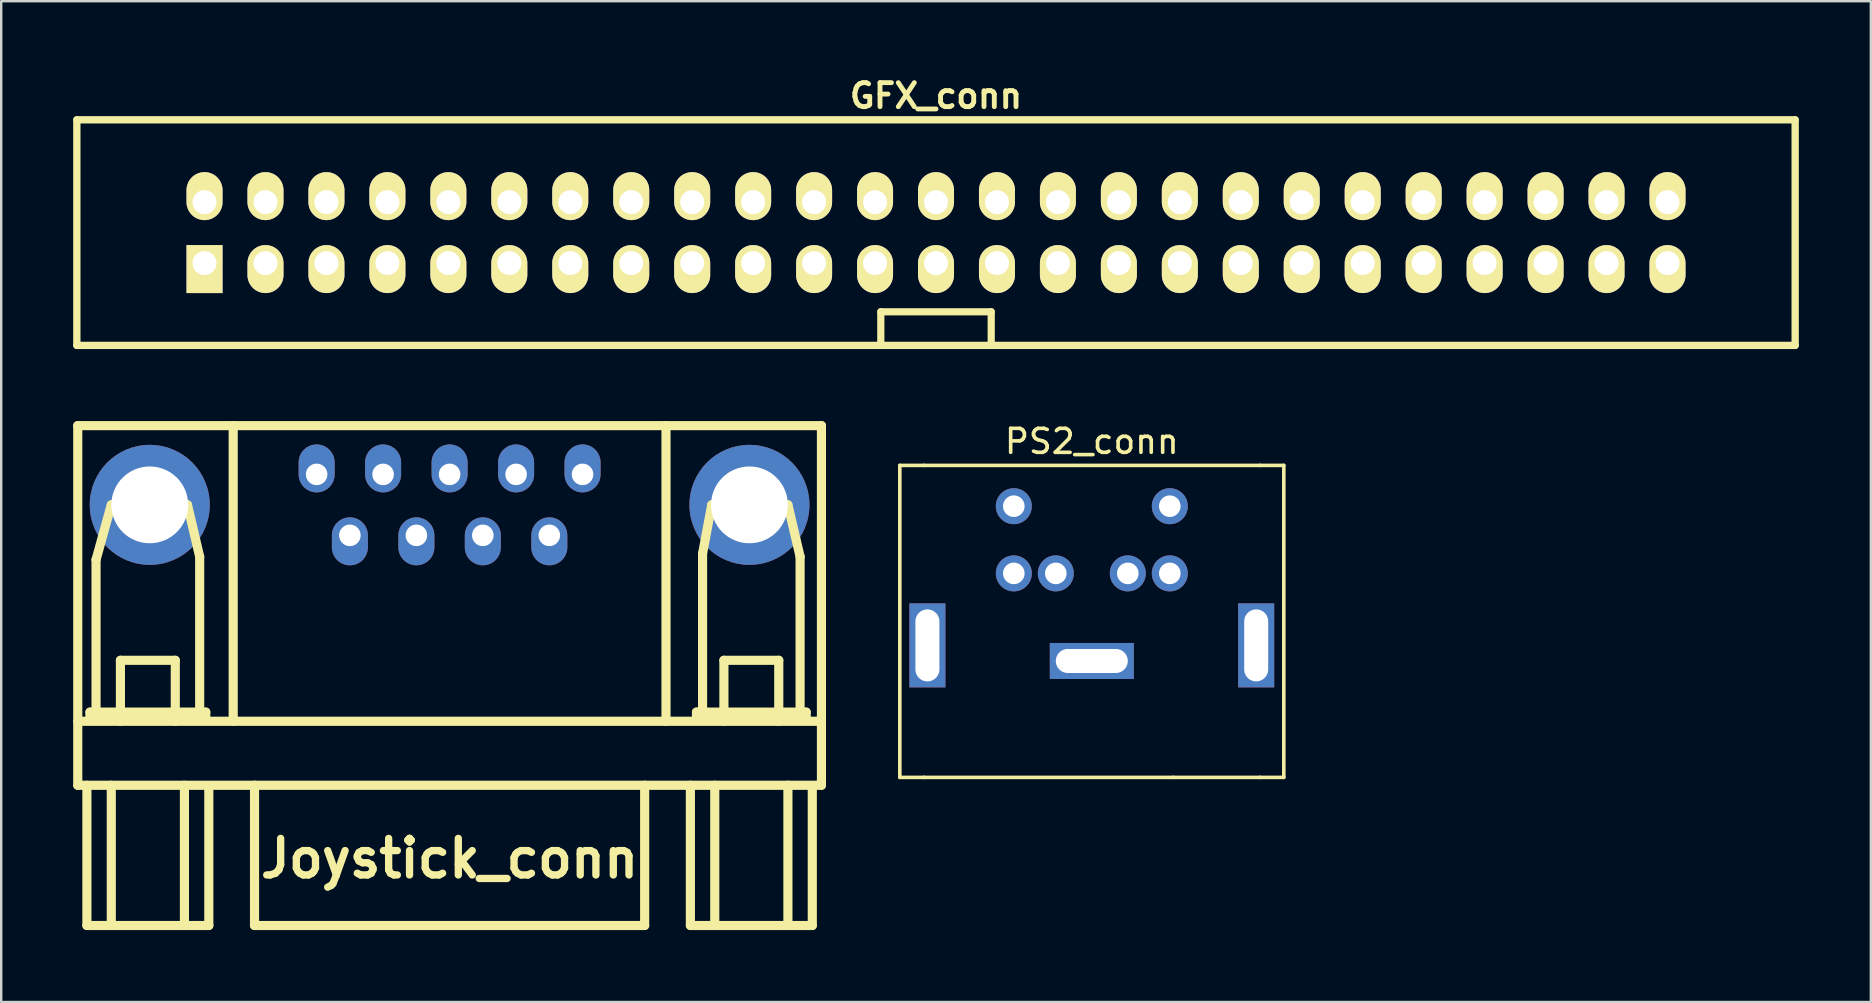
<source format=kicad_pcb>
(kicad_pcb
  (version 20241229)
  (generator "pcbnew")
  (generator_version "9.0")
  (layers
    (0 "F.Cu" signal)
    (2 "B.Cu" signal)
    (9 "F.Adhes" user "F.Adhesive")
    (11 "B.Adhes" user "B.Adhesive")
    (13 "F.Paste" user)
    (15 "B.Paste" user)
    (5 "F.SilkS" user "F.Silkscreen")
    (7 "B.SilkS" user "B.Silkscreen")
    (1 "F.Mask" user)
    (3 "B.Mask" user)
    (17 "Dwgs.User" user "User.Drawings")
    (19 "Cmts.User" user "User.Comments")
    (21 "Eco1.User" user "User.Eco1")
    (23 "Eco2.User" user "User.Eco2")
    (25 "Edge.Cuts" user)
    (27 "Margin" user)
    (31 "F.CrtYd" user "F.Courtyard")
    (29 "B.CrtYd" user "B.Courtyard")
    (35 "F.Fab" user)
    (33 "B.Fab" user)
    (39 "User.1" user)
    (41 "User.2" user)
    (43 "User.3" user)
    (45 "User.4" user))
  (footprint "Joystick_conn"
    (layer "F.Cu")
    (at 15.684 25.099)
    (property "Reference" "Joystick_conn" (at 0 7.62 0) (layer "F.SilkS") (effects (font (size 1.524 1.524) (thickness 0.305))))
    (attr through_hole)
    (fp_line (start -15.494 -10.414) (end -15.494 4.572) (stroke (width 0.381) (type solid)) (layer "F.SilkS"))
    (fp_line (start -15.494 1.905) (end 15.494 1.905) (stroke (width 0.381) (type solid)) (layer "F.SilkS"))
    (fp_line (start -15.494 4.572) (end 15.494 4.572) (stroke (width 0.381) (type solid)) (layer "F.SilkS"))
    (fp_line (start -15.113 4.572) (end -15.113 10.414) (stroke (width 0.381) (type solid)) (layer "F.SilkS"))
    (fp_line (start -15.113 10.414) (end -10.033 10.414) (stroke (width 0.381) (type solid)) (layer "F.SilkS"))
    (fp_line (start -14.986 1.524) (end -14.986 1.778) (stroke (width 0.381) (type solid)) (layer "F.SilkS"))
    (fp_line (start -14.986 1.778) (end -10.16 1.778) (stroke (width 0.381) (type solid)) (layer "F.SilkS"))
    (fp_line (start -14.732 -4.826) (end -14.097 -7.112) (stroke (width 0.381) (type solid)) (layer "F.SilkS"))
    (fp_line (start -14.732 1.524) (end -14.732 -4.826) (stroke (width 0.381) (type solid)) (layer "F.SilkS"))
    (fp_line (start -14.097 -7.112) (end -10.922 -7.112) (stroke (width 0.381) (type solid)) (layer "F.SilkS"))
    (fp_line (start -14.097 4.572) (end -14.097 10.414) (stroke (width 0.381) (type solid)) (layer "F.SilkS"))
    (fp_line (start -13.716 -0.635) (end -11.43 -0.635) (stroke (width 0.381) (type solid)) (layer "F.SilkS"))
    (fp_line (start -13.716 1.905) (end -13.716 -0.635) (stroke (width 0.381) (type solid)) (layer "F.SilkS"))
    (fp_line (start -11.43 -0.635) (end -11.43 1.905) (stroke (width 0.381) (type solid)) (layer "F.SilkS"))
    (fp_line (start -11.049 4.572) (end -11.049 10.414) (stroke (width 0.381) (type solid)) (layer "F.SilkS"))
    (fp_line (start -10.922 -7.112) (end -10.414 -4.953) (stroke (width 0.381) (type solid)) (layer "F.SilkS"))
    (fp_line (start -10.414 -4.953) (end -10.414 1.524) (stroke (width 0.381) (type solid)) (layer "F.SilkS"))
    (fp_line (start -10.16 1.524) (end -14.986 1.524) (stroke (width 0.381) (type solid)) (layer "F.SilkS"))
    (fp_line (start -10.16 1.778) (end -10.16 1.524) (stroke (width 0.381) (type solid)) (layer "F.SilkS"))
    (fp_line (start -10.033 10.414) (end -10.033 4.699) (stroke (width 0.381) (type solid)) (layer "F.SilkS"))
    (fp_line (start -9.017 1.905) (end -9.017 -10.414) (stroke (width 0.381) (type solid)) (layer "F.SilkS"))
    (fp_line (start -8.128 4.572) (end -8.128 10.414) (stroke (width 0.381) (type solid)) (layer "F.SilkS"))
    (fp_line (start -8.128 10.414) (end 8.128 10.414) (stroke (width 0.381) (type solid)) (layer "F.SilkS"))
    (fp_line (start 8.128 10.414) (end 8.128 4.572) (stroke (width 0.381) (type solid)) (layer "F.SilkS"))
    (fp_line (start 9.017 1.905) (end 9.017 -10.414) (stroke (width 0.381) (type solid)) (layer "F.SilkS"))
    (fp_line (start 10.033 4.572) (end 10.033 10.414) (stroke (width 0.381) (type solid)) (layer "F.SilkS"))
    (fp_line (start 10.033 10.414) (end 15.113 10.414) (stroke (width 0.381) (type solid)) (layer "F.SilkS"))
    (fp_line (start 10.287 1.524) (end 10.287 1.778) (stroke (width 0.381) (type solid)) (layer "F.SilkS"))
    (fp_line (start 10.287 1.778) (end 14.859 1.778) (stroke (width 0.381) (type solid)) (layer "F.SilkS"))
    (fp_line (start 10.541 -5.08) (end 10.922 -7.112) (stroke (width 0.381) (type solid)) (layer "F.SilkS"))
    (fp_line (start 10.541 1.524) (end 10.541 -5.08) (stroke (width 0.381) (type solid)) (layer "F.SilkS"))
    (fp_line (start 10.922 -7.112) (end 14.097 -7.112) (stroke (width 0.381) (type solid)) (layer "F.SilkS"))
    (fp_line (start 11.049 4.572) (end 11.049 10.414) (stroke (width 0.381) (type solid)) (layer "F.SilkS"))
    (fp_line (start 11.43 -0.635) (end 13.716 -0.635) (stroke (width 0.381) (type solid)) (layer "F.SilkS"))
    (fp_line (start 11.43 1.905) (end 11.43 -0.635) (stroke (width 0.381) (type solid)) (layer "F.SilkS"))
    (fp_line (start 13.716 -0.635) (end 13.716 1.905) (stroke (width 0.381) (type solid)) (layer "F.SilkS"))
    (fp_line (start 14.097 -7.112) (end 14.605 -4.953) (stroke (width 0.381) (type solid)) (layer "F.SilkS"))
    (fp_line (start 14.097 4.572) (end 14.097 10.414) (stroke (width 0.381) (type solid)) (layer "F.SilkS"))
    (fp_line (start 14.605 -4.953) (end 14.605 1.524) (stroke (width 0.381) (type solid)) (layer "F.SilkS"))
    (fp_line (start 14.859 1.524) (end 10.287 1.524) (stroke (width 0.381) (type solid)) (layer "F.SilkS"))
    (fp_line (start 14.859 1.778) (end 14.859 1.524) (stroke (width 0.381) (type solid)) (layer "F.SilkS"))
    (fp_line (start 15.113 10.414) (end 15.113 4.699) (stroke (width 0.381) (type solid)) (layer "F.SilkS"))
    (fp_line (start 15.494 -10.414) (end -15.494 -10.414) (stroke (width 0.381) (type solid)) (layer "F.SilkS"))
    (fp_line (start 15.494 4.572) (end 15.494 -10.414) (stroke (width 0.381) (type solid)) (layer "F.SilkS"))
    (pad "" thru_hole circle (at -12.494 -7.112) (size 5.001 5.001) (drill 3.2) (layers "*.Cu" "*.Mask"))
    (pad "" thru_hole circle (at 12.494 -7.112) (size 5.001 5.001) (drill 3.2) (layers "*.Cu" "*.Mask"))
    (pad "1" thru_hole oval (at -5.54 -8.382) (size 1.501 1.999) (drill 0.899 (offset 0 -0.249)) (layers "*.Cu" "*.Mask"))
    (pad "2" thru_hole oval (at -2.771 -8.382) (size 1.501 1.999) (drill 0.899 (offset 0 -0.249)) (layers "*.Cu" "*.Mask"))
    (pad "3" thru_hole oval (at 0 -8.382) (size 1.501 1.999) (drill 0.899 (offset 0 -0.249)) (layers "*.Cu" "*.Mask"))
    (pad "4" thru_hole oval (at 2.771 -8.382) (size 1.501 1.999) (drill 0.899 (offset 0 -0.249)) (layers "*.Cu" "*.Mask"))
    (pad "5" thru_hole oval (at 5.54 -8.382) (size 1.501 1.999) (drill 0.899 (offset 0 -0.249)) (layers "*.Cu" "*.Mask"))
    (pad "6" thru_hole oval (at -4.155 -5.842) (size 1.501 1.999) (drill 0.899 (offset 0 0.249)) (layers "*.Cu" "*.Mask"))
    (pad "7" thru_hole oval (at -1.384 -5.842) (size 1.501 1.999) (drill 0.899 (offset 0 0.249)) (layers "*.Cu" "*.Mask"))
    (pad "8" thru_hole oval (at 1.384 -5.842) (size 1.501 1.999) (drill 0.899 (offset 0 0.249)) (layers "*.Cu" "*.Mask"))
    (pad "9" thru_hole oval (at 4.155 -5.842) (size 1.501 1.999) (drill 0.899 (offset 0 0.249)) (layers "*.Cu" "*.Mask")))
  (footprint "PS2_conn"
    (layer "F.Cu")
    (at 42.444 29.342)
    (property "Reference" "PS2_conn" (at 0 -14 180) (layer "F.SilkS") (effects (font (size 1 1) (thickness 0.15))))
    (attr through_hole)
    (fp_line (start -8 -13) (end -8 0) (stroke (width 0.15) (type solid)) (layer "F.SilkS"))
    (fp_line (start -8 0) (end -7 0) (stroke (width 0.15) (type solid)) (layer "F.SilkS"))
    (fp_line (start -7 -13) (end -8 -13) (stroke (width 0.15) (type solid)) (layer "F.SilkS"))
    (fp_line (start -7 -13) (end 7 -13) (stroke (width 0.15) (type solid)) (layer "F.SilkS"))
    (fp_line (start -7 0) (end 3.4 0) (stroke (width 0.15) (type solid)) (layer "F.SilkS"))
    (fp_line (start 3.4 0) (end 7 0) (stroke (width 0.15) (type solid)) (layer "F.SilkS"))
    (fp_line (start 7 -13) (end 8 -13) (stroke (width 0.15) (type solid)) (layer "F.SilkS"))
    (fp_line (start 8 -13) (end 8 0) (stroke (width 0.15) (type solid)) (layer "F.SilkS"))
    (fp_line (start 8 0) (end 7 0) (stroke (width 0.15) (type solid)) (layer "F.SilkS"))
    (pad "" thru_hole rect (at -6.85 -5.5 270) (size 3.5 1.5) (drill oval 3 1) (layers "*.Cu" "*.Mask"))
    (pad "" thru_hole rect (at 0 -4.85 180) (size 3.5 1.5) (drill oval 3 1) (layers "*.Cu" "*.Mask"))
    (pad "" thru_hole rect (at 6.85 -5.5 270) (size 3.5 1.5) (drill oval 3 1) (layers "*.Cu" "*.Mask"))
    (pad "1" thru_hole circle (at 1.5 -8.5 180) (size 1.5 1.5) (drill 0.9) (layers "*.Cu" "*.Mask"))
    (pad "2" thru_hole circle (at -1.5 -8.5 180) (size 1.5 1.5) (drill 0.9) (layers "*.Cu" "*.Mask"))
    (pad "3" thru_hole circle (at 3.25 -8.5 180) (size 1.5 1.5) (drill 0.9) (layers "*.Cu" "*.Mask"))
    (pad "4" thru_hole circle (at -3.25 -8.5 180) (size 1.5 1.5) (drill 0.9) (layers "*.Cu" "*.Mask"))
    (pad "5" thru_hole circle (at 3.25 -11.3 180) (size 1.5 1.5) (drill 0.9) (layers "*.Cu" "*.Mask"))
    (pad "6" thru_hole circle (at -3.25 -11.3 180) (size 1.5 1.5) (drill 0.9) (layers "*.Cu" "*.Mask")))
  (footprint "GFX_conn"
    (layer "F.Cu")
    (at 35.952 6.642)
    (property "Reference" "GFX_conn" (at 0 -5.7 0) (layer "F.SilkS") (effects (font (size 1 1) (thickness 0.203))))
    (attr through_hole)
    (fp_line (start -35.8 -4.7) (end -35.8 4.7) (stroke (width 0.305) (type solid)) (layer "F.SilkS"))
    (fp_line (start -35.8 4.7) (end 35.8 4.7) (stroke (width 0.305) (type solid)) (layer "F.SilkS"))
    (fp_line (start -2.3 3.3) (end -2.3 4.7) (stroke (width 0.3) (type solid)) (layer "F.SilkS"))
    (fp_line (start 2.3 3.3) (end -2.3 3.3) (stroke (width 0.3) (type solid)) (layer "F.SilkS"))
    (fp_line (start 2.3 4.7) (end 2.3 3.3) (stroke (width 0.3) (type solid)) (layer "F.SilkS"))
    (fp_line (start 35.8 -4.7) (end -35.8 -4.7) (stroke (width 0.305) (type solid)) (layer "F.SilkS"))
    (fp_line (start 35.8 -4.7) (end 35.8 4.7) (stroke (width 0.305) (type solid)) (layer "F.SilkS"))
    (pad "1" thru_hole rect (at -30.48 1.27) (size 1.5 2) (drill 1 (offset 0 0.25)) (layers "*.Cu" "*.Mask" "F.SilkS"))
    (pad "2" thru_hole oval (at -30.48 -1.27) (size 1.5 2) (drill 1 (offset 0 -0.25)) (layers "*.Cu" "*.Mask" "F.SilkS"))
    (pad "3" thru_hole oval (at -27.94 1.27) (size 1.5 2) (drill 1 (offset 0 0.25)) (layers "*.Cu" "*.Mask" "F.SilkS"))
    (pad "4" thru_hole oval (at -27.94 -1.27) (size 1.5 2) (drill 1 (offset 0 -0.25)) (layers "*.Cu" "*.Mask" "F.SilkS"))
    (pad "5" thru_hole oval (at -25.4 1.27) (size 1.5 2) (drill 1 (offset 0 0.25)) (layers "*.Cu" "*.Mask" "F.SilkS"))
    (pad "6" thru_hole oval (at -25.4 -1.27) (size 1.5 2) (drill 1 (offset 0 -0.25)) (layers "*.Cu" "*.Mask" "F.SilkS"))
    (pad "7" thru_hole oval (at -22.86 1.27) (size 1.5 2) (drill 1 (offset 0 0.25)) (layers "*.Cu" "*.Mask" "F.SilkS"))
    (pad "8" thru_hole oval (at -22.86 -1.27) (size 1.5 2) (drill 1 (offset 0 -0.25)) (layers "*.Cu" "*.Mask" "F.SilkS"))
    (pad "9" thru_hole oval (at -20.32 1.27) (size 1.5 2) (drill 1 (offset 0 0.25)) (layers "*.Cu" "*.Mask" "F.SilkS"))
    (pad "10" thru_hole oval (at -20.32 -1.27) (size 1.5 2) (drill 1 (offset 0 -0.25)) (layers "*.Cu" "*.Mask" "F.SilkS"))
    (pad "11" thru_hole oval (at -17.78 1.27) (size 1.5 2) (drill 1 (offset 0 0.25)) (layers "*.Cu" "*.Mask" "F.SilkS"))
    (pad "12" thru_hole oval (at -17.78 -1.27) (size 1.5 2) (drill 1 (offset 0 -0.25)) (layers "*.Cu" "*.Mask" "F.SilkS"))
    (pad "13" thru_hole oval (at -15.24 1.27) (size 1.5 2) (drill 1 (offset 0 0.25)) (layers "*.Cu" "*.Mask" "F.SilkS"))
    (pad "14" thru_hole oval (at -15.24 -1.27) (size 1.5 2) (drill 1 (offset 0 -0.25)) (layers "*.Cu" "*.Mask" "F.SilkS"))
    (pad "15" thru_hole oval (at -12.7 1.27) (size 1.5 2) (drill 1 (offset 0 0.25)) (layers "*.Cu" "*.Mask" "F.SilkS"))
    (pad "16" thru_hole oval (at -12.7 -1.27) (size 1.5 2) (drill 1 (offset 0 -0.25)) (layers "*.Cu" "*.Mask" "F.SilkS"))
    (pad "17" thru_hole oval (at -10.16 1.27) (size 1.5 2) (drill 1 (offset 0 0.25)) (layers "*.Cu" "*.Mask" "F.SilkS"))
    (pad "18" thru_hole oval (at -10.16 -1.27) (size 1.5 2) (drill 1 (offset 0 -0.25)) (layers "*.Cu" "*.Mask" "F.SilkS"))
    (pad "19" thru_hole oval (at -7.62 1.27) (size 1.5 2) (drill 1 (offset 0 0.25)) (layers "*.Cu" "*.Mask" "F.SilkS"))
    (pad "20" thru_hole oval (at -7.62 -1.27) (size 1.5 2) (drill 1 (offset 0 -0.25)) (layers "*.Cu" "*.Mask" "F.SilkS"))
    (pad "21" thru_hole oval (at -5.08 1.27) (size 1.5 2) (drill 1 (offset 0 0.25)) (layers "*.Cu" "*.Mask" "F.SilkS"))
    (pad "22" thru_hole oval (at -5.08 -1.27) (size 1.5 2) (drill 1 (offset 0 -0.25)) (layers "*.Cu" "*.Mask" "F.SilkS"))
    (pad "23" thru_hole oval (at -2.54 1.27) (size 1.5 2) (drill 1 (offset 0 0.25)) (layers "*.Cu" "*.Mask" "F.SilkS"))
    (pad "24" thru_hole oval (at -2.54 -1.27) (size 1.5 2) (drill 1 (offset 0 -0.25)) (layers "*.Cu" "*.Mask" "F.SilkS"))
    (pad "25" thru_hole oval (at 0 1.27) (size 1.5 2) (drill 1 (offset 0 0.25)) (layers "*.Cu" "*.Mask" "F.SilkS"))
    (pad "26" thru_hole oval (at 0 -1.27) (size 1.5 2) (drill 1 (offset 0 -0.25)) (layers "*.Cu" "*.Mask" "F.SilkS"))
    (pad "27" thru_hole oval (at 2.54 1.27) (size 1.5 2) (drill 1 (offset 0 0.25)) (layers "*.Cu" "*.Mask" "F.SilkS"))
    (pad "28" thru_hole oval (at 2.54 -1.27) (size 1.5 2) (drill 1 (offset 0 -0.25)) (layers "*.Cu" "*.Mask" "F.SilkS"))
    (pad "29" thru_hole oval (at 5.08 1.27) (size 1.5 2) (drill 1 (offset 0 0.25)) (layers "*.Cu" "*.Mask" "F.SilkS"))
    (pad "30" thru_hole oval (at 5.08 -1.27) (size 1.5 2) (drill 1 (offset 0 -0.25)) (layers "*.Cu" "*.Mask" "F.SilkS"))
    (pad "31" thru_hole oval (at 7.62 1.27) (size 1.5 2) (drill 1 (offset 0 0.25)) (layers "*.Cu" "*.Mask" "F.SilkS"))
    (pad "32" thru_hole oval (at 7.62 -1.27) (size 1.5 2) (drill 1 (offset 0 -0.25)) (layers "*.Cu" "*.Mask" "F.SilkS"))
    (pad "33" thru_hole oval (at 10.16 1.27) (size 1.5 2) (drill 1 (offset 0 0.25)) (layers "*.Cu" "*.Mask" "F.SilkS"))
    (pad "34" thru_hole oval (at 10.16 -1.27) (size 1.5 2) (drill 1 (offset 0 -0.25)) (layers "*.Cu" "*.Mask" "F.SilkS"))
    (pad "35" thru_hole oval (at 12.7 1.27) (size 1.5 2) (drill 1 (offset 0 0.25)) (layers "*.Cu" "*.Mask" "F.SilkS"))
    (pad "36" thru_hole oval (at 12.7 -1.27) (size 1.5 2) (drill 1 (offset 0 -0.25)) (layers "*.Cu" "*.Mask" "F.SilkS"))
    (pad "37" thru_hole oval (at 15.24 1.27) (size 1.5 2) (drill 1 (offset 0 0.25)) (layers "*.Cu" "*.Mask" "F.SilkS"))
    (pad "38" thru_hole oval (at 15.24 -1.27) (size 1.5 2) (drill 1 (offset 0 -0.25)) (layers "*.Cu" "*.Mask" "F.SilkS"))
    (pad "39" thru_hole oval (at 17.78 1.27) (size 1.5 2) (drill 1 (offset 0 0.25)) (layers "*.Cu" "*.Mask" "F.SilkS"))
    (pad "40" thru_hole oval (at 17.78 -1.27) (size 1.5 2) (drill 1 (offset 0 -0.25)) (layers "*.Cu" "*.Mask" "F.SilkS"))
    (pad "41" thru_hole oval (at 20.32 1.27) (size 1.5 2) (drill 1 (offset 0 0.25)) (layers "*.Cu" "*.Mask" "F.SilkS"))
    (pad "42" thru_hole oval (at 20.32 -1.27) (size 1.5 2) (drill 1 (offset 0 -0.25)) (layers "*.Cu" "*.Mask" "F.SilkS"))
    (pad "43" thru_hole oval (at 22.86 1.27) (size 1.5 2) (drill 1 (offset 0 0.25)) (layers "*.Cu" "*.Mask" "F.SilkS"))
    (pad "44" thru_hole oval (at 22.86 -1.27) (size 1.5 2) (drill 1 (offset 0 -0.25)) (layers "*.Cu" "*.Mask" "F.SilkS"))
    (pad "45" thru_hole oval (at 25.4 1.27) (size 1.5 2) (drill 1 (offset 0 0.25)) (layers "*.Cu" "*.Mask" "F.SilkS"))
    (pad "46" thru_hole oval (at 25.4 -1.27) (size 1.5 2) (drill 1 (offset 0 -0.25)) (layers "*.Cu" "*.Mask" "F.SilkS"))
    (pad "47" thru_hole oval (at 27.94 1.27) (size 1.5 2) (drill 1 (offset 0 0.25)) (layers "*.Cu" "*.Mask" "F.SilkS"))
    (pad "48" thru_hole oval (at 27.94 -1.27) (size 1.5 2) (drill 1 (offset 0 -0.25)) (layers "*.Cu" "*.Mask" "F.SilkS"))
    (pad "49" thru_hole oval (at 30.48 1.27) (size 1.5 2) (drill 1 (offset 0 0.25)) (layers "*.Cu" "*.Mask" "F.SilkS"))
    (pad "50" thru_hole oval (at 30.48 -1.27) (size 1.5 2) (drill 1 (offset 0 -0.25)) (layers "*.Cu" "*.Mask" "F.SilkS")))
  (gr_rect
    (start -3 -3)
    (end 74.905 38.703)
    (stroke (width 0.1) (type default))
    (fill no)
    (layer "Edge.Cuts")))
</source>
